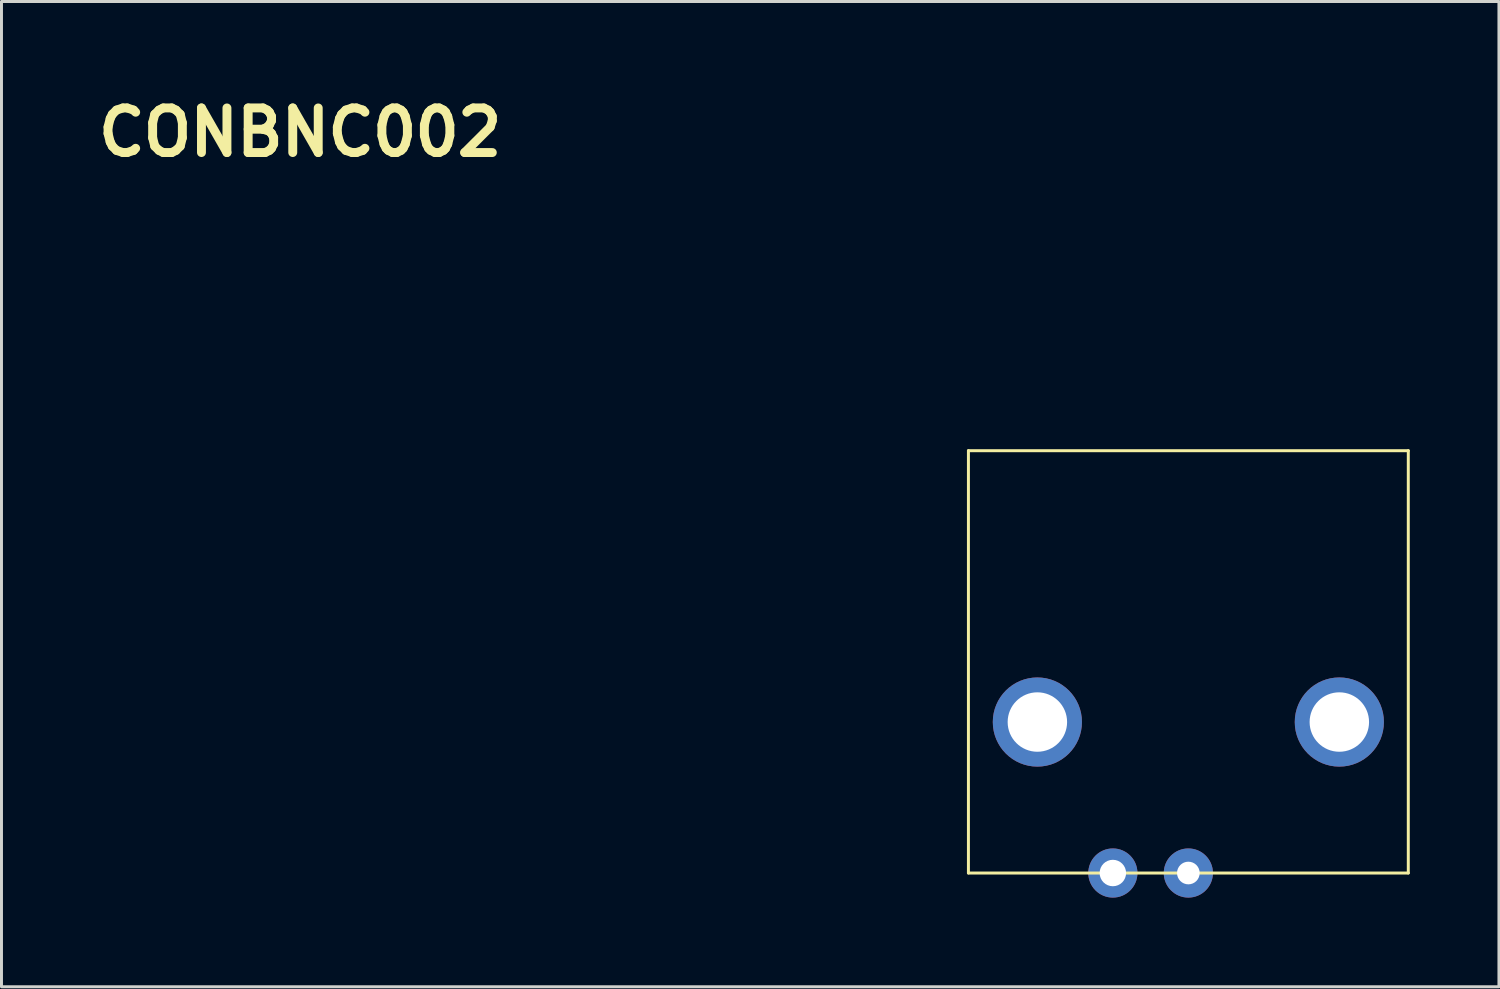
<source format=kicad_pcb>
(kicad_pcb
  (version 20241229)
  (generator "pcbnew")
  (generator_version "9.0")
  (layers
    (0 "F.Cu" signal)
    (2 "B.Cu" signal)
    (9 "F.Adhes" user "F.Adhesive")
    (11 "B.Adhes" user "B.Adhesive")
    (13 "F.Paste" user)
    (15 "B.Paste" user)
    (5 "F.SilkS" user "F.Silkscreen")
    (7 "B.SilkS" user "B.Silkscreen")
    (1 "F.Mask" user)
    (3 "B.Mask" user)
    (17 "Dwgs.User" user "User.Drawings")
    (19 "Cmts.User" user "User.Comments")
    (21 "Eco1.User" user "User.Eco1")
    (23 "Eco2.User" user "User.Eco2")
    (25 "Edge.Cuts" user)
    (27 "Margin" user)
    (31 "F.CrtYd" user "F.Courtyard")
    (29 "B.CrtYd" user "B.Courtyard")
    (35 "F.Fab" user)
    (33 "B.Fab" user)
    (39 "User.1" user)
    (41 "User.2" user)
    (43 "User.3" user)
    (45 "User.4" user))
  (footprint "CONBNC002"
    (layer "F.Cu")
    (at 36.934 21.244)
    (property "Reference" "CONBNC002" (at -29.884 -19.84 0) (layer "F.SilkS") (effects (font (size 1.5 1.5) (thickness 0.3))))
    (attr board_only exclude_from_pos_files exclude_from_bom)
    (fp_line (start -7.4 -9.13) (end -7.4 5.08) (stroke (width 0.1) (type default)) (layer "F.SilkS"))
    (fp_line (start -7.4 5.08) (end 7.4 5.08) (stroke (width 0.1) (type default)) (layer "F.SilkS"))
    (fp_line (start 7.4 -9.13) (end -7.4 -9.13) (stroke (width 0.1) (type default)) (layer "F.SilkS"))
    (fp_line (start 7.4 5.08) (end 7.4 -9.13) (stroke (width 0.1) (type default)) (layer "F.SilkS"))
    (pad "" np_thru_hole circle (at -5.08 0) (size 3 3) (drill 2) (layers "*.Cu" "*.Mask"))
    (pad "" np_thru_hole circle (at 5.08 0) (size 3 3) (drill 2) (layers "*.Cu" "*.Mask"))
    (pad "1" thru_hole circle (at 0 5.08) (size 1.654 1.654) (drill 0.762) (layers "*.Cu" "*.Mask"))
    (pad "2" thru_hole circle (at -2.54 5.08) (size 1.654 1.654) (drill 0.89) (layers "*.Cu" "*.Mask")))
  (gr_rect
    (start -3 -3)
    (end 47.384 30.151)
    (stroke (width 0.1) (type default))
    (fill no)
    (layer "Edge.Cuts")))
</source>
